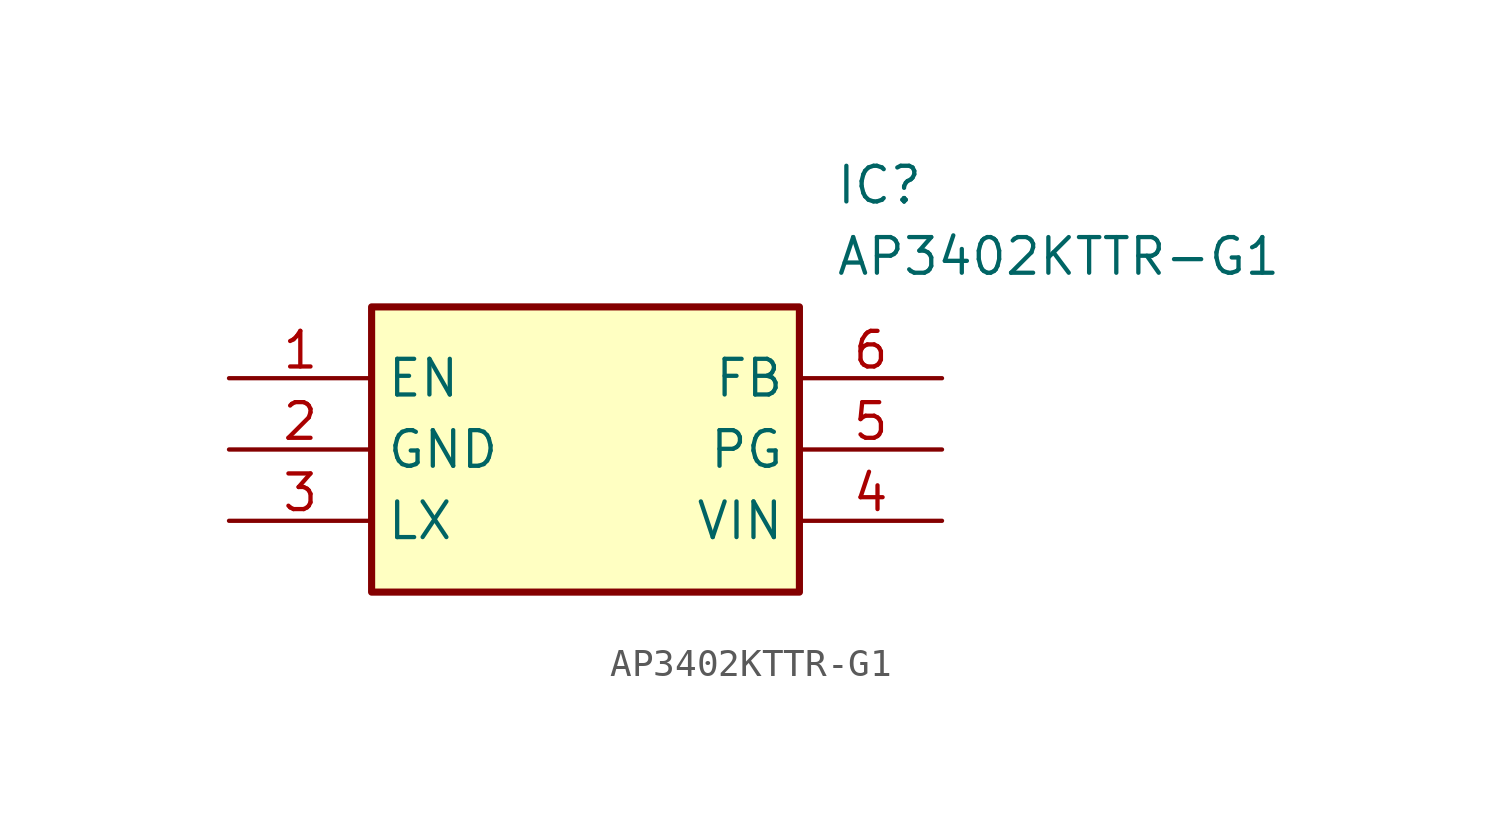
<source format=kicad_sym>
(kicad_symbol_lib
  (version 20211014)
  (generator SamacSys_ECAD_Model)
  (symbol "AP3402KTTR-G1"
    (property "Reference" "IC"
      (at 21.59 7.62 0)
      (effects (font (size 1.27 1.27)) (justify left top)))
    (property "Value" "AP3402KTTR-G1"
      (at 21.59 5.08 0)
      (effects (font (size 1.27 1.27)) (justify left top)))
    (rectangle
      (start 5.08 2.54)
      (end 20.32 -7.62)
      (stroke (width 0.254) (type default))
      (fill (type background)))
    (pin passive line
      (at 0 0 0)
      (length 5.08)
      (name "EN" (effects (font (size 1.27 1.27))))
      (number "1" (effects (font (size 1.27 1.27)))))
    (pin passive line
      (at 0 -2.54 0)
      (length 5.08)
      (name "GND" (effects (font (size 1.27 1.27))))
      (number "2" (effects (font (size 1.27 1.27)))))
    (pin passive line
      (at 0 -5.08 0)
      (length 5.08)
      (name "LX" (effects (font (size 1.27 1.27))))
      (number "3" (effects (font (size 1.27 1.27)))))
    (pin passive line
      (at 25.4 0 180)
      (length 5.08)
      (name "FB" (effects (font (size 1.27 1.27))))
      (number "6" (effects (font (size 1.27 1.27)))))
    (pin passive line
      (at 25.4 -2.54 180)
      (length 5.08)
      (name "PG" (effects (font (size 1.27 1.27))))
      (number "5" (effects (font (size 1.27 1.27)))))
    (pin passive line
      (at 25.4 -5.08 180)
      (length 5.08)
      (name "VIN" (effects (font (size 1.27 1.27))))
      (number "4" (effects (font (size 1.27 1.27)))))))
</source>
